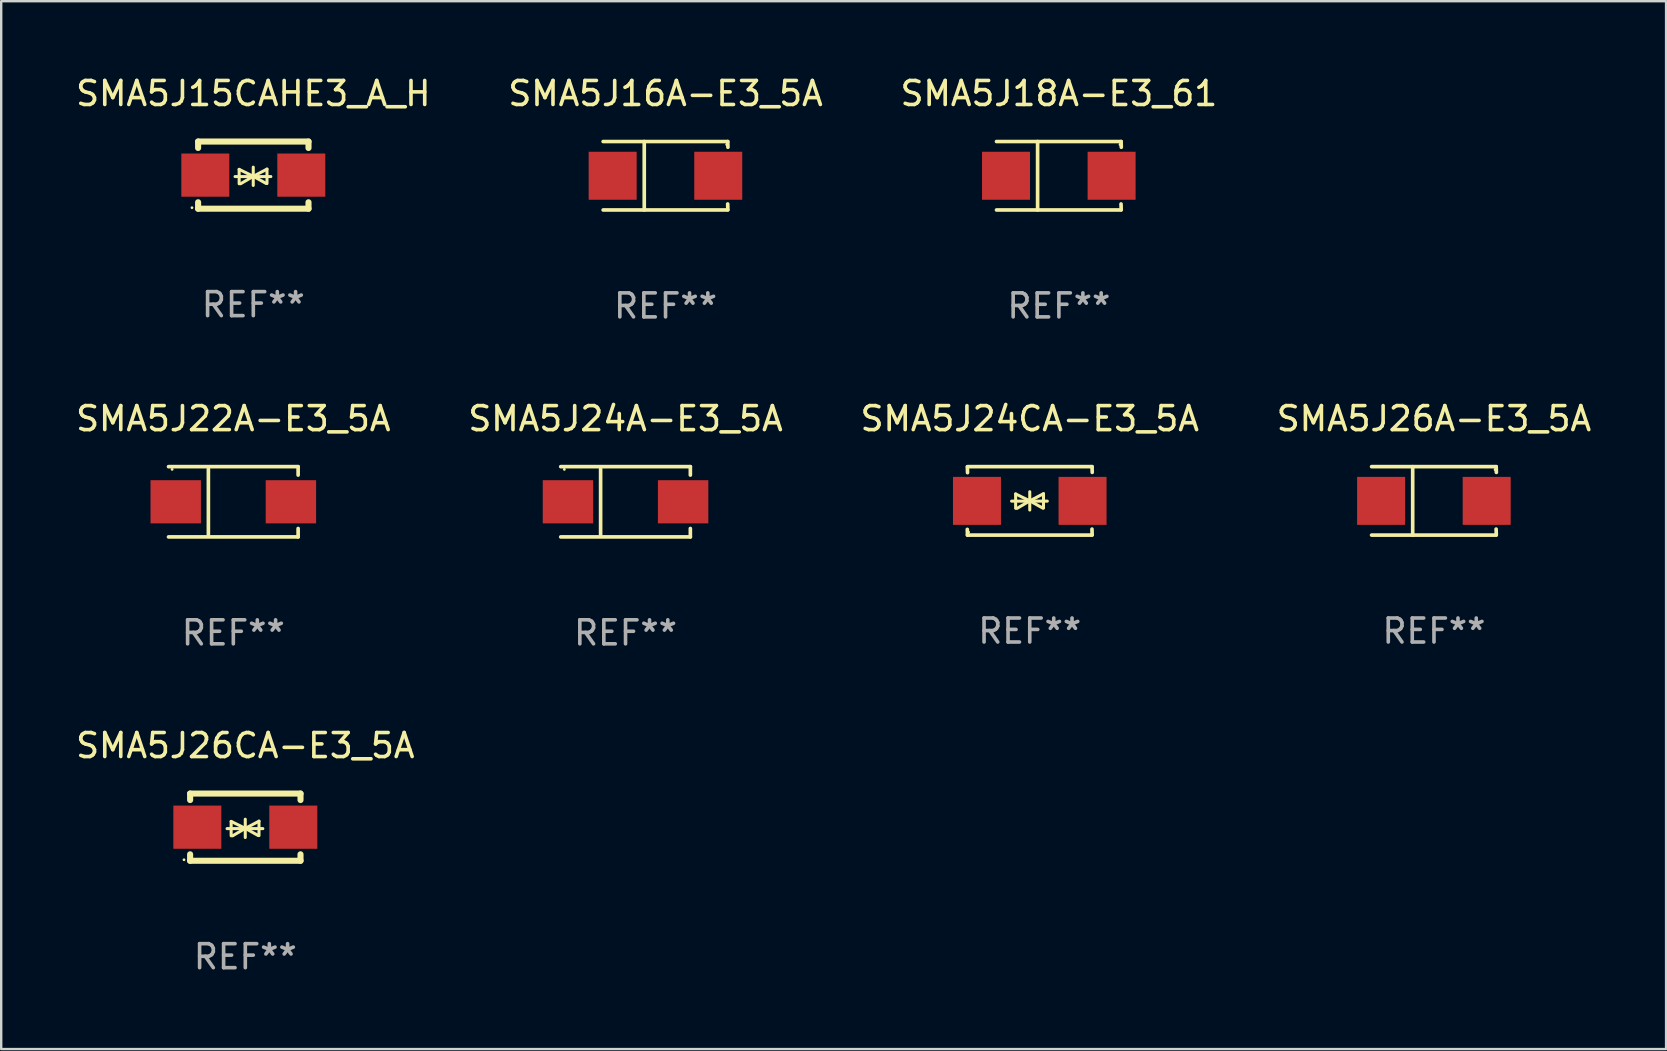
<source format=kicad_pcb>
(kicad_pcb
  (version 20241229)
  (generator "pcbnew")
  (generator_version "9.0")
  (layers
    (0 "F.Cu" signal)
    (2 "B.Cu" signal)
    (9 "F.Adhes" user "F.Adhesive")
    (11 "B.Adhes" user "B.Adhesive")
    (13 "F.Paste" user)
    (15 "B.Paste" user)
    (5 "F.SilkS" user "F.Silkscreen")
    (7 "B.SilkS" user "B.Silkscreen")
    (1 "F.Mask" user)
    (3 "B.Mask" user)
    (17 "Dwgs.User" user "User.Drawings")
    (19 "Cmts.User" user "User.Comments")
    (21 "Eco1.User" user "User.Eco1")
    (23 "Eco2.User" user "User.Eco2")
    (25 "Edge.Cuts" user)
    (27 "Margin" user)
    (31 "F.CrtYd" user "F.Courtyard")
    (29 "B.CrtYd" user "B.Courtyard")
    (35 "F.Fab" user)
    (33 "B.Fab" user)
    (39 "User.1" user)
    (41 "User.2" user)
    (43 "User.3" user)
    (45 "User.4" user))
  (footprint "SMA5J26A-E3_5A"
    (layer "F.Cu")
    (at 56.708 17.823)
    (property "Reference" "SMA5J26A-E3_5A" (at 0 -3.426 0) (layer "F.SilkS") (effects (font (size 1 1) (thickness 0.15))))
    (attr through_hole)
    (fp_line (start -2.6 -1.426) (end 2.593 -1.426) (stroke (width 0.152) (type solid)) (layer "F.SilkS"))
    (fp_line (start -2.6 1.426) (end 2.593 1.426) (stroke (width 0.152) (type solid)) (layer "F.SilkS"))
    (fp_line (start -0.887 -1.426) (end -0.887 1.426) (stroke (width 0.152) (type solid)) (layer "F.SilkS"))
    (fp_line (start 2.59 1.176) (end 2.597 1.415) (stroke (width 0.152) (type solid)) (layer "F.SilkS"))
    (fp_line (start 2.593 -1.426) (end 2.6 -1.187) (stroke (width 0.152) (type solid)) (layer "F.SilkS"))
    (fp_circle (center 2.547 -1.3) (end 2.577 -1.3) (stroke (width 0.06) (type solid)) (fill no) (layer "F.SilkS"))
    (fp_text user "REF**" (at 0 5.426 0) (layer "F.Fab") (effects (font (size 1 1) (thickness 0.15))))
    (pad "1" smd rect (at 2.197 -0.000025 180) (size 2 2) (layers "F.Cu" "F.Mask" "F.Paste"))
    (pad "2" smd rect (at -2.203 -0.000025 180) (size 2 2) (layers "F.Cu" "F.Mask" "F.Paste")))
  (footprint "SMA5J15CAHE3_A_H"
    (layer "F.Cu")
    (at 7.506 4.248)
    (property "Reference" "SMA5J15CAHE3_A_H" (at 0 -3.4 0) (layer "F.SilkS") (effects (font (size 1 1) (thickness 0.15))))
    (attr through_hole)
    (fp_line (start -2.3 -1.4) (end -2.3 -1.131) (stroke (width 0.254) (type solid)) (layer "F.SilkS"))
    (fp_line (start -2.3 -1.4) (end 2.3 -1.4) (stroke (width 0.254) (type solid)) (layer "F.SilkS"))
    (fp_line (start -2.3 1.131) (end -2.3 1.4) (stroke (width 0.254) (type solid)) (layer "F.SilkS"))
    (fp_line (start -2.3 1.4) (end 2.3 1.4) (stroke (width 0.254) (type solid)) (layer "F.SilkS"))
    (fp_line (start -0.76 0.06) (end 0.73 0.06) (stroke (width 0.127) (type solid)) (layer "F.SilkS"))
    (fp_line (start -0.59 -0.24) (end -0.59 0.36) (stroke (width 0.127) (type solid)) (layer "F.SilkS"))
    (fp_line (start -0.59 -0.24) (end -0.002 0.049) (stroke (width 0.127) (type solid)) (layer "F.SilkS"))
    (fp_line (start -0.53 0.36) (end -0.002 0.049) (stroke (width 0.127) (type solid)) (layer "F.SilkS"))
    (fp_line (start -0.002 0.049) (end -0.002 -0.332) (stroke (width 0.127) (type solid)) (layer "F.SilkS"))
    (fp_line (start -0.002 0.049) (end -0.002 0.43) (stroke (width 0.127) (type solid)) (layer "F.SilkS"))
    (fp_line (start 0.54 0.35) (end -0.002 0.049) (stroke (width 0.127) (type solid)) (layer "F.SilkS"))
    (fp_line (start 0.57 -0.25) (end -0.002 0.049) (stroke (width 0.127) (type solid)) (layer "F.SilkS"))
    (fp_line (start 0.57 -0.25) (end 0.57 0.35) (stroke (width 0.127) (type solid)) (layer "F.SilkS"))
    (fp_line (start 2.3 -1.4) (end 2.3 -1.131) (stroke (width 0.254) (type solid)) (layer "F.SilkS"))
    (fp_line (start 2.3 1.131) (end 2.3 1.4) (stroke (width 0.254) (type solid)) (layer "F.SilkS"))
    (fp_circle (center -2.555 1.358) (end -2.525 1.358) (stroke (width 0.06) (type solid)) (fill no) (layer "F.SilkS"))
    (fp_text user "REF**" (at 0 5.4 0) (layer "F.Fab") (effects (font (size 1 1) (thickness 0.15))))
    (pad "1" smd rect (at -2 -0.000025) (size 2 1.8) (layers "F.Cu" "F.Mask" "F.Paste"))
    (pad "2" smd rect (at 2 -0.000025) (size 2 1.8) (layers "F.Cu" "F.Mask" "F.Paste")))
  (footprint "SMA5J22A-E3_5A"
    (layer "F.Cu")
    (at 6.673 17.861)
    (property "Reference" "SMA5J22A-E3_5A" (at 0 -3.464 0) (layer "F.SilkS") (effects (font (size 1 1) (thickness 0.15))))
    (attr through_hole)
    (fp_line (start -2.701 -1.464) (end 2.701 -1.464) (stroke (width 0.152) (type solid)) (layer "F.SilkS"))
    (fp_line (start -2.701 1.464) (end 2.701 1.464) (stroke (width 0.152) (type solid)) (layer "F.SilkS"))
    (fp_line (start -1.039 -1.364) (end -1.039 1.364) (stroke (width 0.152) (type solid)) (layer "F.SilkS"))
    (fp_line (start 2.701 -1.464) (end 2.701 -1.113) (stroke (width 0.152) (type solid)) (layer "F.SilkS"))
    (fp_line (start 2.701 1.464) (end 2.701 1.113) (stroke (width 0.152) (type solid)) (layer "F.SilkS"))
    (fp_circle (center -2.55 -1.35) (end -2.52 -1.35) (stroke (width 0.06) (type solid)) (fill no) (layer "F.SilkS"))
    (fp_text user "REF**" (at 0 5.464 0) (layer "F.Fab") (effects (font (size 1 1) (thickness 0.15))))
    (pad "1" smd rect (at -2.4 0) (size 2.1 1.8) (layers "F.Cu" "F.Mask" "F.Paste"))
    (pad "2" smd rect (at 2.4 0) (size 2.1 1.8) (layers "F.Cu" "F.Mask" "F.Paste")))
  (footprint "SMA5J26CA-E3_5A"
    (layer "F.Cu")
    (at 7.173 31.421)
    (property "Reference" "SMA5J26CA-E3_5A" (at 0 -3.4 0) (layer "F.SilkS") (effects (font (size 1 1) (thickness 0.15))))
    (attr through_hole)
    (fp_line (start -2.3 -1.4) (end -2.3 -1.131) (stroke (width 0.254) (type solid)) (layer "F.SilkS"))
    (fp_line (start -2.3 -1.4) (end 2.3 -1.4) (stroke (width 0.254) (type solid)) (layer "F.SilkS"))
    (fp_line (start -2.3 1.131) (end -2.3 1.4) (stroke (width 0.254) (type solid)) (layer "F.SilkS"))
    (fp_line (start -2.3 1.4) (end 2.3 1.4) (stroke (width 0.254) (type solid)) (layer "F.SilkS"))
    (fp_line (start -0.76 0.06) (end 0.73 0.06) (stroke (width 0.127) (type solid)) (layer "F.SilkS"))
    (fp_line (start -0.59 -0.24) (end -0.59 0.36) (stroke (width 0.127) (type solid)) (layer "F.SilkS"))
    (fp_line (start -0.59 -0.24) (end -0.002 0.049) (stroke (width 0.127) (type solid)) (layer "F.SilkS"))
    (fp_line (start -0.53 0.36) (end -0.002 0.049) (stroke (width 0.127) (type solid)) (layer "F.SilkS"))
    (fp_line (start -0.002 0.049) (end -0.002 -0.332) (stroke (width 0.127) (type solid)) (layer "F.SilkS"))
    (fp_line (start -0.002 0.049) (end -0.002 0.43) (stroke (width 0.127) (type solid)) (layer "F.SilkS"))
    (fp_line (start 0.54 0.35) (end -0.002 0.049) (stroke (width 0.127) (type solid)) (layer "F.SilkS"))
    (fp_line (start 0.57 -0.25) (end -0.002 0.049) (stroke (width 0.127) (type solid)) (layer "F.SilkS"))
    (fp_line (start 0.57 -0.25) (end 0.57 0.35) (stroke (width 0.127) (type solid)) (layer "F.SilkS"))
    (fp_line (start 2.3 -1.4) (end 2.3 -1.131) (stroke (width 0.254) (type solid)) (layer "F.SilkS"))
    (fp_line (start 2.3 1.131) (end 2.3 1.4) (stroke (width 0.254) (type solid)) (layer "F.SilkS"))
    (fp_circle (center -2.555 1.358) (end -2.525 1.358) (stroke (width 0.06) (type solid)) (fill no) (layer "F.SilkS"))
    (fp_text user "REF**" (at 0 5.4 0) (layer "F.Fab") (effects (font (size 1 1) (thickness 0.15))))
    (pad "1" smd rect (at -2 -0.000025) (size 2 1.8) (layers "F.Cu" "F.Mask" "F.Paste"))
    (pad "2" smd rect (at 2 -0.000025) (size 2 1.8) (layers "F.Cu" "F.Mask" "F.Paste")))
  (footprint "SMA5J24A-E3_5A"
    (layer "F.Cu")
    (at 23.018 17.861)
    (property "Reference" "SMA5J24A-E3_5A" (at 0 -3.464 0) (layer "F.SilkS") (effects (font (size 1 1) (thickness 0.15))))
    (attr through_hole)
    (fp_line (start -2.701 -1.464) (end 2.701 -1.464) (stroke (width 0.152) (type solid)) (layer "F.SilkS"))
    (fp_line (start -2.701 1.464) (end 2.701 1.464) (stroke (width 0.152) (type solid)) (layer "F.SilkS"))
    (fp_line (start -1.039 -1.364) (end -1.039 1.364) (stroke (width 0.152) (type solid)) (layer "F.SilkS"))
    (fp_line (start 2.701 -1.464) (end 2.701 -1.113) (stroke (width 0.152) (type solid)) (layer "F.SilkS"))
    (fp_line (start 2.701 1.464) (end 2.701 1.113) (stroke (width 0.152) (type solid)) (layer "F.SilkS"))
    (fp_circle (center -2.55 -1.35) (end -2.52 -1.35) (stroke (width 0.06) (type solid)) (fill no) (layer "F.SilkS"))
    (fp_text user "REF**" (at 0 5.464 0) (layer "F.Fab") (effects (font (size 1 1) (thickness 0.15))))
    (pad "1" smd rect (at -2.4 0) (size 2.1 1.8) (layers "F.Cu" "F.Mask" "F.Paste"))
    (pad "2" smd rect (at 2.4 0) (size 2.1 1.8) (layers "F.Cu" "F.Mask" "F.Paste")))
  (footprint "SMA5J24CA-E3_5A"
    (layer "F.Cu")
    (at 39.863 17.823)
    (property "Reference" "SMA5J24CA-E3_5A" (at 0 -3.426 0) (layer "F.SilkS") (effects (font (size 1 1) (thickness 0.15))))
    (attr through_hole)
    (fp_line (start -2.596 -1.426) (end 2.596 -1.426) (stroke (width 0.152) (type solid)) (layer "F.SilkS"))
    (fp_line (start -2.596 1.426) (end -2.603 1.187) (stroke (width 0.152) (type solid)) (layer "F.SilkS"))
    (fp_line (start -2.596 1.426) (end 2.596 1.426) (stroke (width 0.152) (type solid)) (layer "F.SilkS"))
    (fp_line (start -2.593 -1.176) (end -2.6 -1.415) (stroke (width 0.152) (type solid)) (layer "F.SilkS"))
    (fp_line (start -0.758 0.011) (end 0.732 0.011) (stroke (width 0.127) (type solid)) (layer "F.SilkS"))
    (fp_line (start -0.588 -0.289) (end -0.588 0.311) (stroke (width 0.127) (type solid)) (layer "F.SilkS"))
    (fp_line (start -0.588 -0.289) (end 0 0) (stroke (width 0.127) (type solid)) (layer "F.SilkS"))
    (fp_line (start -0.528 0.311) (end 0 0) (stroke (width 0.127) (type solid)) (layer "F.SilkS"))
    (fp_line (start 0 0) (end 0 -0.381) (stroke (width 0.127) (type solid)) (layer "F.SilkS"))
    (fp_line (start 0 0) (end 0 0.381) (stroke (width 0.127) (type solid)) (layer "F.SilkS"))
    (fp_line (start 0.542 0.301) (end 0 0) (stroke (width 0.127) (type solid)) (layer "F.SilkS"))
    (fp_line (start 0.572 -0.299) (end 0 0) (stroke (width 0.127) (type solid)) (layer "F.SilkS"))
    (fp_line (start 0.572 -0.299) (end 0.572 0.301) (stroke (width 0.127) (type solid)) (layer "F.SilkS"))
    (fp_line (start 2.593 1.176) (end 2.6 1.415) (stroke (width 0.152) (type solid)) (layer "F.SilkS"))
    (fp_line (start 2.596 -1.426) (end 2.603 -1.187) (stroke (width 0.152) (type solid)) (layer "F.SilkS"))
    (fp_circle (center -2.55 1.3) (end -2.52 1.3) (stroke (width 0.06) (type solid)) (fill no) (layer "F.SilkS"))
    (fp_text user "REF**" (at 0 5.426 0) (layer "F.Fab") (effects (font (size 1 1) (thickness 0.15))))
    (pad "1" smd rect (at -2.2 0 180) (size 2 2) (layers "F.Cu" "F.Mask" "F.Paste"))
    (pad "2" smd rect (at 2.2 0 180) (size 2 2) (layers "F.Cu" "F.Mask" "F.Paste")))
  (footprint "SMA5J16A-E3_5A"
    (layer "F.Cu")
    (at 24.685 4.274)
    (property "Reference" "SMA5J16A-E3_5A" (at 0 -3.426 0) (layer "F.SilkS") (effects (font (size 1 1) (thickness 0.15))))
    (attr through_hole)
    (fp_line (start -2.6 -1.426) (end 2.593 -1.426) (stroke (width 0.152) (type solid)) (layer "F.SilkS"))
    (fp_line (start -2.6 1.426) (end 2.593 1.426) (stroke (width 0.152) (type solid)) (layer "F.SilkS"))
    (fp_line (start -0.887 -1.426) (end -0.887 1.426) (stroke (width 0.152) (type solid)) (layer "F.SilkS"))
    (fp_line (start 2.59 1.176) (end 2.597 1.415) (stroke (width 0.152) (type solid)) (layer "F.SilkS"))
    (fp_line (start 2.593 -1.426) (end 2.6 -1.187) (stroke (width 0.152) (type solid)) (layer "F.SilkS"))
    (fp_circle (center 2.547 -1.3) (end 2.577 -1.3) (stroke (width 0.06) (type solid)) (fill no) (layer "F.SilkS"))
    (fp_text user "REF**" (at 0 5.426 0) (layer "F.Fab") (effects (font (size 1 1) (thickness 0.15))))
    (pad "1" smd rect (at 2.197 -0.000025 180) (size 2 2) (layers "F.Cu" "F.Mask" "F.Paste"))
    (pad "2" smd rect (at -2.203 -0.000025 180) (size 2 2) (layers "F.Cu" "F.Mask" "F.Paste")))
  (footprint "SMA5J18A-E3_61"
    (layer "F.Cu")
    (at 41.077 4.274)
    (property "Reference" "SMA5J18A-E3_61" (at 0 -3.426 0) (layer "F.SilkS") (effects (font (size 1 1) (thickness 0.15))))
    (attr through_hole)
    (fp_line (start -2.6 -1.426) (end 2.593 -1.426) (stroke (width 0.152) (type solid)) (layer "F.SilkS"))
    (fp_line (start -2.6 1.426) (end 2.593 1.426) (stroke (width 0.152) (type solid)) (layer "F.SilkS"))
    (fp_line (start -0.887 -1.426) (end -0.887 1.426) (stroke (width 0.152) (type solid)) (layer "F.SilkS"))
    (fp_line (start 2.59 1.176) (end 2.597 1.415) (stroke (width 0.152) (type solid)) (layer "F.SilkS"))
    (fp_line (start 2.593 -1.426) (end 2.6 -1.187) (stroke (width 0.152) (type solid)) (layer "F.SilkS"))
    (fp_circle (center 2.547 -1.3) (end 2.577 -1.3) (stroke (width 0.06) (type solid)) (fill no) (layer "F.SilkS"))
    (fp_text user "REF**" (at 0 5.426 0) (layer "F.Fab") (effects (font (size 1 1) (thickness 0.15))))
    (pad "1" smd rect (at 2.197 -0.000025 180) (size 2 2) (layers "F.Cu" "F.Mask" "F.Paste"))
    (pad "2" smd rect (at -2.203 -0.000025 180) (size 2 2) (layers "F.Cu" "F.Mask" "F.Paste")))
  (gr_rect
    (start -3 -3)
    (end 66.381 40.669)
    (stroke (width 0.1) (type default))
    (fill no)
    (layer "Edge.Cuts")))
</source>
